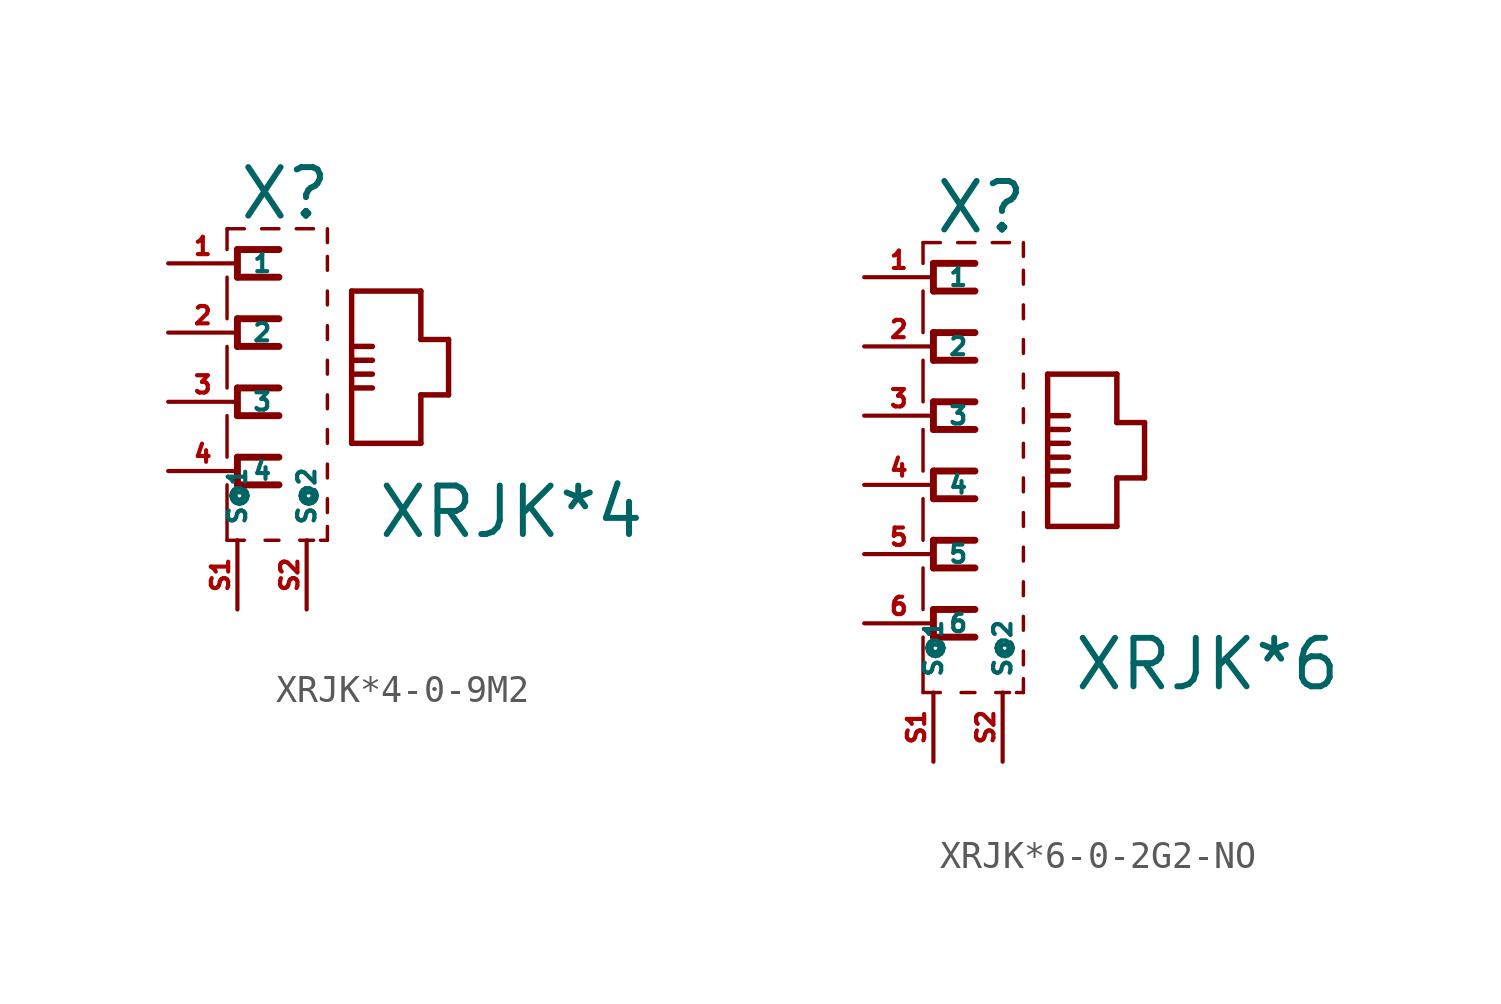
<source format=kicad_sym>
(kicad_symbol_lib
  (version 20220914)
  (generator Eagle2Kicad)
  (symbol "XRJK*4-0-9M2"
    (property "Reference" "X"
      (at -5.08 6.604 0)
      (effects (font (size 1.778 1.778) (thickness 0.22)) (justify left bottom)))
    (property "Value" "XRJK*4"
      (at 0 -5.08 0)
      (effects (font (size 1.778 1.778) (thickness 0.22)) (justify left bottom)))
    (polyline
      (pts (xy -5.461 -5.08) (xy -4.826 -5.08))
      (stroke (width 0.127) (type default))
      (fill (type none)))
    (polyline
      (pts (xy -4.064 -5.08) (xy -3.556 -5.08))
      (stroke (width 0.127) (type default))
      (fill (type none)))
    (polyline
      (pts (xy -2.794 -5.08) (xy -2.286 -5.08))
      (stroke (width 0.127) (type default))
      (fill (type none)))
    (polyline
      (pts (xy -2.032 -5.08) (xy -1.778 -5.08))
      (stroke (width 0.127) (type default))
      (fill (type none)))
    (polyline
      (pts (xy -1.778 -5.08) (xy -1.778 -4.572))
      (stroke (width 0.127) (type default))
      (fill (type none)))
    (polyline
      (pts (xy -1.778 4.826) (xy -1.778 5.334))
      (stroke (width 0.127) (type default))
      (fill (type none)))
    (polyline
      (pts (xy -1.778 5.842) (xy -1.778 6.35))
      (stroke (width 0.127) (type default))
      (fill (type none)))
    (polyline
      (pts (xy -4.826 6.35) (xy -5.461 6.35))
      (stroke (width 0.127) (type default))
      (fill (type none)))
    (polyline
      (pts (xy -5.461 6.35) (xy -5.461 5.588))
      (stroke (width 0.127) (type default))
      (fill (type none)))
    (polyline
      (pts (xy -5.461 4.572) (xy -5.461 3.048))
      (stroke (width 0.127) (type default))
      (fill (type none)))
    (polyline
      (pts (xy -5.461 2.032) (xy -5.461 0.508))
      (stroke (width 0.127) (type default))
      (fill (type none)))
    (polyline
      (pts (xy -5.461 -0.508) (xy -5.461 -2.032))
      (stroke (width 0.127) (type default))
      (fill (type none)))
    (polyline
      (pts (xy -5.461 -3.048) (xy -5.461 -5.08))
      (stroke (width 0.127) (type default))
      (fill (type none)))
    (polyline
      (pts (xy -1.778 3.556) (xy -1.778 4.064))
      (stroke (width 0.127) (type default))
      (fill (type none)))
    (polyline
      (pts (xy -1.778 2.286) (xy -1.778 2.794))
      (stroke (width 0.127) (type default))
      (fill (type none)))
    (polyline
      (pts (xy -1.778 1.016) (xy -1.778 1.524))
      (stroke (width 0.127) (type default))
      (fill (type none)))
    (polyline
      (pts (xy -1.778 -0.254) (xy -1.778 0.254))
      (stroke (width 0.127) (type default))
      (fill (type none)))
    (polyline
      (pts (xy -1.778 -1.524) (xy -1.778 -1.016))
      (stroke (width 0.127) (type default))
      (fill (type none)))
    (polyline
      (pts (xy -3.556 6.35) (xy -4.191 6.35))
      (stroke (width 0.127) (type default))
      (fill (type none)))
    (polyline
      (pts (xy -3.556 5.588) (xy -5.08 5.588))
      (stroke (width 0.254) (type default))
      (fill (type none)))
    (polyline
      (pts (xy -5.08 5.588) (xy -5.08 4.572))
      (stroke (width 0.254) (type default))
      (fill (type none)))
    (polyline
      (pts (xy -5.08 4.572) (xy -3.556 4.572))
      (stroke (width 0.254) (type default))
      (fill (type none)))
    (polyline
      (pts (xy -3.556 3.048) (xy -5.08 3.048))
      (stroke (width 0.254) (type default))
      (fill (type none)))
    (polyline
      (pts (xy -5.08 3.048) (xy -5.08 2.032))
      (stroke (width 0.254) (type default))
      (fill (type none)))
    (polyline
      (pts (xy -5.08 2.032) (xy -3.556 2.032))
      (stroke (width 0.254) (type default))
      (fill (type none)))
    (polyline
      (pts (xy -3.556 0.508) (xy -5.08 0.508))
      (stroke (width 0.254) (type default))
      (fill (type none)))
    (polyline
      (pts (xy -5.08 0.508) (xy -5.08 -0.508))
      (stroke (width 0.254) (type default))
      (fill (type none)))
    (polyline
      (pts (xy -5.08 -0.508) (xy -3.556 -0.508))
      (stroke (width 0.254) (type default))
      (fill (type none)))
    (polyline
      (pts (xy -3.556 -2.032) (xy -5.08 -2.032))
      (stroke (width 0.254) (type default))
      (fill (type none)))
    (polyline
      (pts (xy -5.08 -2.032) (xy -5.08 -3.048))
      (stroke (width 0.254) (type default))
      (fill (type none)))
    (polyline
      (pts (xy -5.08 -3.048) (xy -3.556 -3.048))
      (stroke (width 0.254) (type default))
      (fill (type none)))
    (polyline
      (pts (xy -0.889 -1.524) (xy 1.651 -1.524))
      (stroke (width 0.2) (type default))
      (fill (type none)))
    (polyline
      (pts (xy 1.651 -1.524) (xy 1.651 0.254))
      (stroke (width 0.2) (type default))
      (fill (type none)))
    (polyline
      (pts (xy 1.651 0.254) (xy 2.667 0.254))
      (stroke (width 0.2) (type default))
      (fill (type none)))
    (polyline
      (pts (xy 2.667 0.254) (xy 2.667 2.286))
      (stroke (width 0.2) (type default))
      (fill (type none)))
    (polyline
      (pts (xy 2.667 2.286) (xy 1.651 2.286))
      (stroke (width 0.2) (type default))
      (fill (type none)))
    (polyline
      (pts (xy 1.651 2.286) (xy 1.651 4.064))
      (stroke (width 0.2) (type default))
      (fill (type none)))
    (polyline
      (pts (xy 1.651 4.064) (xy -0.889 4.064))
      (stroke (width 0.2) (type default))
      (fill (type none)))
    (polyline
      (pts (xy -0.889 4.064) (xy -0.889 2.032))
      (stroke (width 0.2) (type default))
      (fill (type none)))
    (polyline
      (pts (xy -0.889 2.032) (xy -0.889 1.524))
      (stroke (width 0.2) (type default))
      (fill (type none)))
    (polyline
      (pts (xy -0.889 1.524) (xy -0.889 1.016))
      (stroke (width 0.2) (type default))
      (fill (type none)))
    (polyline
      (pts (xy -0.889 1.016) (xy -0.889 0.508))
      (stroke (width 0.2) (type default))
      (fill (type none)))
    (polyline
      (pts (xy -0.889 0.508) (xy -0.889 -1.524))
      (stroke (width 0.2) (type default))
      (fill (type none)))
    (polyline
      (pts (xy -0.889 2.032) (xy -0.127 2.032))
      (stroke (width 0.2) (type default))
      (fill (type none)))
    (polyline
      (pts (xy -0.889 1.524) (xy -0.127 1.524))
      (stroke (width 0.2) (type default))
      (fill (type none)))
    (polyline
      (pts (xy -0.889 1.016) (xy -0.127 1.016))
      (stroke (width 0.2) (type default))
      (fill (type none)))
    (polyline
      (pts (xy -0.889 0.508) (xy -0.127 0.508))
      (stroke (width 0.2) (type default))
      (fill (type none)))
    (polyline
      (pts (xy -1.778 -2.794) (xy -1.778 -2.286))
      (stroke (width 0.127) (type default))
      (fill (type none)))
    (polyline
      (pts (xy -1.778 -4.064) (xy -1.778 -3.556))
      (stroke (width 0.127) (type default))
      (fill (type none)))
    (polyline
      (pts (xy -2.286 6.35) (xy -2.921 6.35))
      (stroke (width 0.127) (type default))
      (fill (type none)))
    (pin passive line
      (at -2.54 -7.62 90)
      (length 2.54)
      (name "S@2" (effects (font (size 0.635 0.635) (thickness 0.08)) (justify left bottom)))
      (number "S2" (effects (font (size 0.635 0.635) (thickness 0.08)) (justify left bottom))))
    (pin passive line
      (at -5.08 -7.62 90)
      (length 2.54)
      (name "S@1" (effects (font (size 0.635 0.635) (thickness 0.08)) (justify left bottom)))
      (number "S1" (effects (font (size 0.635 0.635) (thickness 0.08)) (justify left bottom))))
    (pin passive line
      (at -7.62 5.08 0)
      (length 2.54)
      (name "1" (effects (font (size 0.635 0.635) (thickness 0.08)) (justify left bottom)))
      (number "1" (effects (font (size 0.635 0.635) (thickness 0.08)) (justify left bottom))))
    (pin passive line
      (at -7.62 2.54 0)
      (length 2.54)
      (name "2" (effects (font (size 0.635 0.635) (thickness 0.08)) (justify left bottom)))
      (number "2" (effects (font (size 0.635 0.635) (thickness 0.08)) (justify left bottom))))
    (pin passive line
      (at -7.62 0 0)
      (length 2.54)
      (name "3" (effects (font (size 0.635 0.635) (thickness 0.08)) (justify left bottom)))
      (number "3" (effects (font (size 0.635 0.635) (thickness 0.08)) (justify left bottom))))
    (pin passive line
      (at -7.62 -2.54 0)
      (length 2.54)
      (name "4" (effects (font (size 0.635 0.635) (thickness 0.08)) (justify left bottom)))
      (number "4" (effects (font (size 0.635 0.635) (thickness 0.08)) (justify left bottom)))))
  (symbol "XRJK*6-0-2G2-NO"
    (property "Reference" "X"
      (at -5.08 9.144 0)
      (effects (font (size 1.778 1.778) (thickness 0.22)) (justify left bottom)))
    (property "Value" "XRJK*6"
      (at 0 -7.62 0)
      (effects (font (size 1.778 1.778) (thickness 0.22)) (justify left bottom)))
    (polyline
      (pts (xy -5.461 -7.62) (xy -4.826 -7.62))
      (stroke (width 0.127) (type default))
      (fill (type none)))
    (polyline
      (pts (xy -4.064 -7.62) (xy -3.556 -7.62))
      (stroke (width 0.127) (type default))
      (fill (type none)))
    (polyline
      (pts (xy -2.794 -7.62) (xy -2.286 -7.62))
      (stroke (width 0.127) (type default))
      (fill (type none)))
    (polyline
      (pts (xy -2.032 -7.62) (xy -1.778 -7.62))
      (stroke (width 0.127) (type default))
      (fill (type none)))
    (polyline
      (pts (xy -1.778 -7.62) (xy -1.778 -7.112))
      (stroke (width 0.127) (type default))
      (fill (type none)))
    (polyline
      (pts (xy -1.778 7.366) (xy -1.778 7.874))
      (stroke (width 0.127) (type default))
      (fill (type none)))
    (polyline
      (pts (xy -1.778 8.382) (xy -1.778 8.89))
      (stroke (width 0.127) (type default))
      (fill (type none)))
    (polyline
      (pts (xy -4.826 8.89) (xy -5.461 8.89))
      (stroke (width 0.127) (type default))
      (fill (type none)))
    (polyline
      (pts (xy -5.461 8.89) (xy -5.461 8.128))
      (stroke (width 0.127) (type default))
      (fill (type none)))
    (polyline
      (pts (xy -5.461 7.112) (xy -5.461 5.588))
      (stroke (width 0.127) (type default))
      (fill (type none)))
    (polyline
      (pts (xy -5.461 4.572) (xy -5.461 3.048))
      (stroke (width 0.127) (type default))
      (fill (type none)))
    (polyline
      (pts (xy -5.461 2.032) (xy -5.461 0.508))
      (stroke (width 0.127) (type default))
      (fill (type none)))
    (polyline
      (pts (xy -5.461 -5.588) (xy -5.461 -7.62))
      (stroke (width 0.127) (type default))
      (fill (type none)))
    (polyline
      (pts (xy -1.778 6.096) (xy -1.778 6.604))
      (stroke (width 0.127) (type default))
      (fill (type none)))
    (polyline
      (pts (xy -1.778 4.826) (xy -1.778 5.334))
      (stroke (width 0.127) (type default))
      (fill (type none)))
    (polyline
      (pts (xy -1.778 3.556) (xy -1.778 4.064))
      (stroke (width 0.127) (type default))
      (fill (type none)))
    (polyline
      (pts (xy -1.778 2.286) (xy -1.778 2.794))
      (stroke (width 0.127) (type default))
      (fill (type none)))
    (polyline
      (pts (xy -1.778 1.016) (xy -1.778 1.524))
      (stroke (width 0.127) (type default))
      (fill (type none)))
    (polyline
      (pts (xy -3.556 8.89) (xy -4.191 8.89))
      (stroke (width 0.127) (type default))
      (fill (type none)))
    (polyline
      (pts (xy -3.556 8.128) (xy -5.08 8.128))
      (stroke (width 0.254) (type default))
      (fill (type none)))
    (polyline
      (pts (xy -5.08 8.128) (xy -5.08 7.112))
      (stroke (width 0.254) (type default))
      (fill (type none)))
    (polyline
      (pts (xy -5.08 7.112) (xy -3.556 7.112))
      (stroke (width 0.254) (type default))
      (fill (type none)))
    (polyline
      (pts (xy -3.556 5.588) (xy -5.08 5.588))
      (stroke (width 0.254) (type default))
      (fill (type none)))
    (polyline
      (pts (xy -5.08 5.588) (xy -5.08 4.572))
      (stroke (width 0.254) (type default))
      (fill (type none)))
    (polyline
      (pts (xy -5.08 4.572) (xy -3.556 4.572))
      (stroke (width 0.254) (type default))
      (fill (type none)))
    (polyline
      (pts (xy -3.556 3.048) (xy -5.08 3.048))
      (stroke (width 0.254) (type default))
      (fill (type none)))
    (polyline
      (pts (xy -5.08 3.048) (xy -5.08 2.032))
      (stroke (width 0.254) (type default))
      (fill (type none)))
    (polyline
      (pts (xy -5.08 2.032) (xy -3.556 2.032))
      (stroke (width 0.254) (type default))
      (fill (type none)))
    (polyline
      (pts (xy -3.556 0.508) (xy -5.08 0.508))
      (stroke (width 0.254) (type default))
      (fill (type none)))
    (polyline
      (pts (xy -5.08 0.508) (xy -5.08 -0.508))
      (stroke (width 0.254) (type default))
      (fill (type none)))
    (polyline
      (pts (xy -5.08 -0.508) (xy -3.556 -0.508))
      (stroke (width 0.254) (type default))
      (fill (type none)))
    (polyline
      (pts (xy -0.889 -1.524) (xy 1.651 -1.524))
      (stroke (width 0.2) (type default))
      (fill (type none)))
    (polyline
      (pts (xy 1.651 -1.524) (xy 1.651 0.254))
      (stroke (width 0.2) (type default))
      (fill (type none)))
    (polyline
      (pts (xy 1.651 0.254) (xy 2.667 0.254))
      (stroke (width 0.2) (type default))
      (fill (type none)))
    (polyline
      (pts (xy 2.667 0.254) (xy 2.667 2.286))
      (stroke (width 0.2) (type default))
      (fill (type none)))
    (polyline
      (pts (xy 2.667 2.286) (xy 1.651 2.286))
      (stroke (width 0.2) (type default))
      (fill (type none)))
    (polyline
      (pts (xy 1.651 2.286) (xy 1.651 4.064))
      (stroke (width 0.2) (type default))
      (fill (type none)))
    (polyline
      (pts (xy 1.651 4.064) (xy -0.889 4.064))
      (stroke (width 0.2) (type default))
      (fill (type none)))
    (polyline
      (pts (xy -0.889 4.064) (xy -0.889 2.54))
      (stroke (width 0.2) (type default))
      (fill (type none)))
    (polyline
      (pts (xy -0.889 2.54) (xy -0.889 2.032))
      (stroke (width 0.2) (type default))
      (fill (type none)))
    (polyline
      (pts (xy -0.889 2.032) (xy -0.889 1.524))
      (stroke (width 0.2) (type default))
      (fill (type none)))
    (polyline
      (pts (xy -0.889 1.524) (xy -0.889 1.016))
      (stroke (width 0.2) (type default))
      (fill (type none)))
    (polyline
      (pts (xy -0.889 1.016) (xy -0.889 0.508))
      (stroke (width 0.2) (type default))
      (fill (type none)))
    (polyline
      (pts (xy -0.889 0.508) (xy -0.889 0))
      (stroke (width 0.2) (type default))
      (fill (type none)))
    (polyline
      (pts (xy -0.889 0) (xy -0.889 -1.524))
      (stroke (width 0.2) (type default))
      (fill (type none)))
    (polyline
      (pts (xy -0.889 2.032) (xy -0.127 2.032))
      (stroke (width 0.2) (type default))
      (fill (type none)))
    (polyline
      (pts (xy -0.889 1.524) (xy -0.127 1.524))
      (stroke (width 0.2) (type default))
      (fill (type none)))
    (polyline
      (pts (xy -0.889 1.016) (xy -0.127 1.016))
      (stroke (width 0.2) (type default))
      (fill (type none)))
    (polyline
      (pts (xy -0.889 0.508) (xy -0.127 0.508))
      (stroke (width 0.2) (type default))
      (fill (type none)))
    (polyline
      (pts (xy -1.778 -0.254) (xy -1.778 0.254))
      (stroke (width 0.127) (type default))
      (fill (type none)))
    (polyline
      (pts (xy -1.778 -6.604) (xy -1.778 -6.096))
      (stroke (width 0.127) (type default))
      (fill (type none)))
    (polyline
      (pts (xy -2.286 8.89) (xy -2.921 8.89))
      (stroke (width 0.127) (type default))
      (fill (type none)))
    (polyline
      (pts (xy -1.778 -2.794) (xy -1.778 -2.286))
      (stroke (width 0.127) (type default))
      (fill (type none)))
    (polyline
      (pts (xy -1.778 -4.064) (xy -1.778 -3.556))
      (stroke (width 0.127) (type default))
      (fill (type none)))
    (polyline
      (pts (xy -3.556 -2.032) (xy -5.08 -2.032))
      (stroke (width 0.254) (type default))
      (fill (type none)))
    (polyline
      (pts (xy -5.08 -2.032) (xy -5.08 -3.048))
      (stroke (width 0.254) (type default))
      (fill (type none)))
    (polyline
      (pts (xy -5.08 -3.048) (xy -3.556 -3.048))
      (stroke (width 0.254) (type default))
      (fill (type none)))
    (polyline
      (pts (xy -3.556 -4.572) (xy -5.08 -4.572))
      (stroke (width 0.254) (type default))
      (fill (type none)))
    (polyline
      (pts (xy -5.08 -4.572) (xy -5.08 -5.588))
      (stroke (width 0.254) (type default))
      (fill (type none)))
    (polyline
      (pts (xy -5.08 -5.588) (xy -3.556 -5.588))
      (stroke (width 0.254) (type default))
      (fill (type none)))
    (polyline
      (pts (xy -1.778 -5.334) (xy -1.778 -4.826))
      (stroke (width 0.127) (type default))
      (fill (type none)))
    (polyline
      (pts (xy -1.778 -1.524) (xy -1.778 -1.016))
      (stroke (width 0.127) (type default))
      (fill (type none)))
    (polyline
      (pts (xy -5.461 -0.508) (xy -5.461 -2.032))
      (stroke (width 0.127) (type default))
      (fill (type none)))
    (polyline
      (pts (xy -5.461 -3.048) (xy -5.461 -4.572))
      (stroke (width 0.127) (type default))
      (fill (type none)))
    (polyline
      (pts (xy -0.889 2.54) (xy -0.127 2.54))
      (stroke (width 0.2) (type default))
      (fill (type none)))
    (polyline
      (pts (xy -0.889 0) (xy -0.127 0))
      (stroke (width 0.2) (type default))
      (fill (type none)))
    (pin passive line
      (at -2.54 -10.16 90)
      (length 2.54)
      (name "S@2" (effects (font (size 0.635 0.635) (thickness 0.08)) (justify left bottom)))
      (number "S2" (effects (font (size 0.635 0.635) (thickness 0.08)) (justify left bottom))))
    (pin passive line
      (at -5.08 -10.16 90)
      (length 2.54)
      (name "S@1" (effects (font (size 0.635 0.635) (thickness 0.08)) (justify left bottom)))
      (number "S1" (effects (font (size 0.635 0.635) (thickness 0.08)) (justify left bottom))))
    (pin passive line
      (at -7.62 7.62 0)
      (length 2.54)
      (name "1" (effects (font (size 0.635 0.635) (thickness 0.08)) (justify left bottom)))
      (number "1" (effects (font (size 0.635 0.635) (thickness 0.08)) (justify left bottom))))
    (pin passive line
      (at -7.62 5.08 0)
      (length 2.54)
      (name "2" (effects (font (size 0.635 0.635) (thickness 0.08)) (justify left bottom)))
      (number "2" (effects (font (size 0.635 0.635) (thickness 0.08)) (justify left bottom))))
    (pin passive line
      (at -7.62 2.54 0)
      (length 2.54)
      (name "3" (effects (font (size 0.635 0.635) (thickness 0.08)) (justify left bottom)))
      (number "3" (effects (font (size 0.635 0.635) (thickness 0.08)) (justify left bottom))))
    (pin passive line
      (at -7.62 0 0)
      (length 2.54)
      (name "4" (effects (font (size 0.635 0.635) (thickness 0.08)) (justify left bottom)))
      (number "4" (effects (font (size 0.635 0.635) (thickness 0.08)) (justify left bottom))))
    (pin passive line
      (at -7.62 -2.54 0)
      (length 2.54)
      (name "5" (effects (font (size 0.635 0.635) (thickness 0.08)) (justify left bottom)))
      (number "5" (effects (font (size 0.635 0.635) (thickness 0.08)) (justify left bottom))))
    (pin passive line
      (at -7.62 -5.08 0)
      (length 2.54)
      (name "6" (effects (font (size 0.635 0.635) (thickness 0.08)) (justify left bottom)))
      (number "6" (effects (font (size 0.635 0.635) (thickness 0.08)) (justify left bottom))))))
</source>
